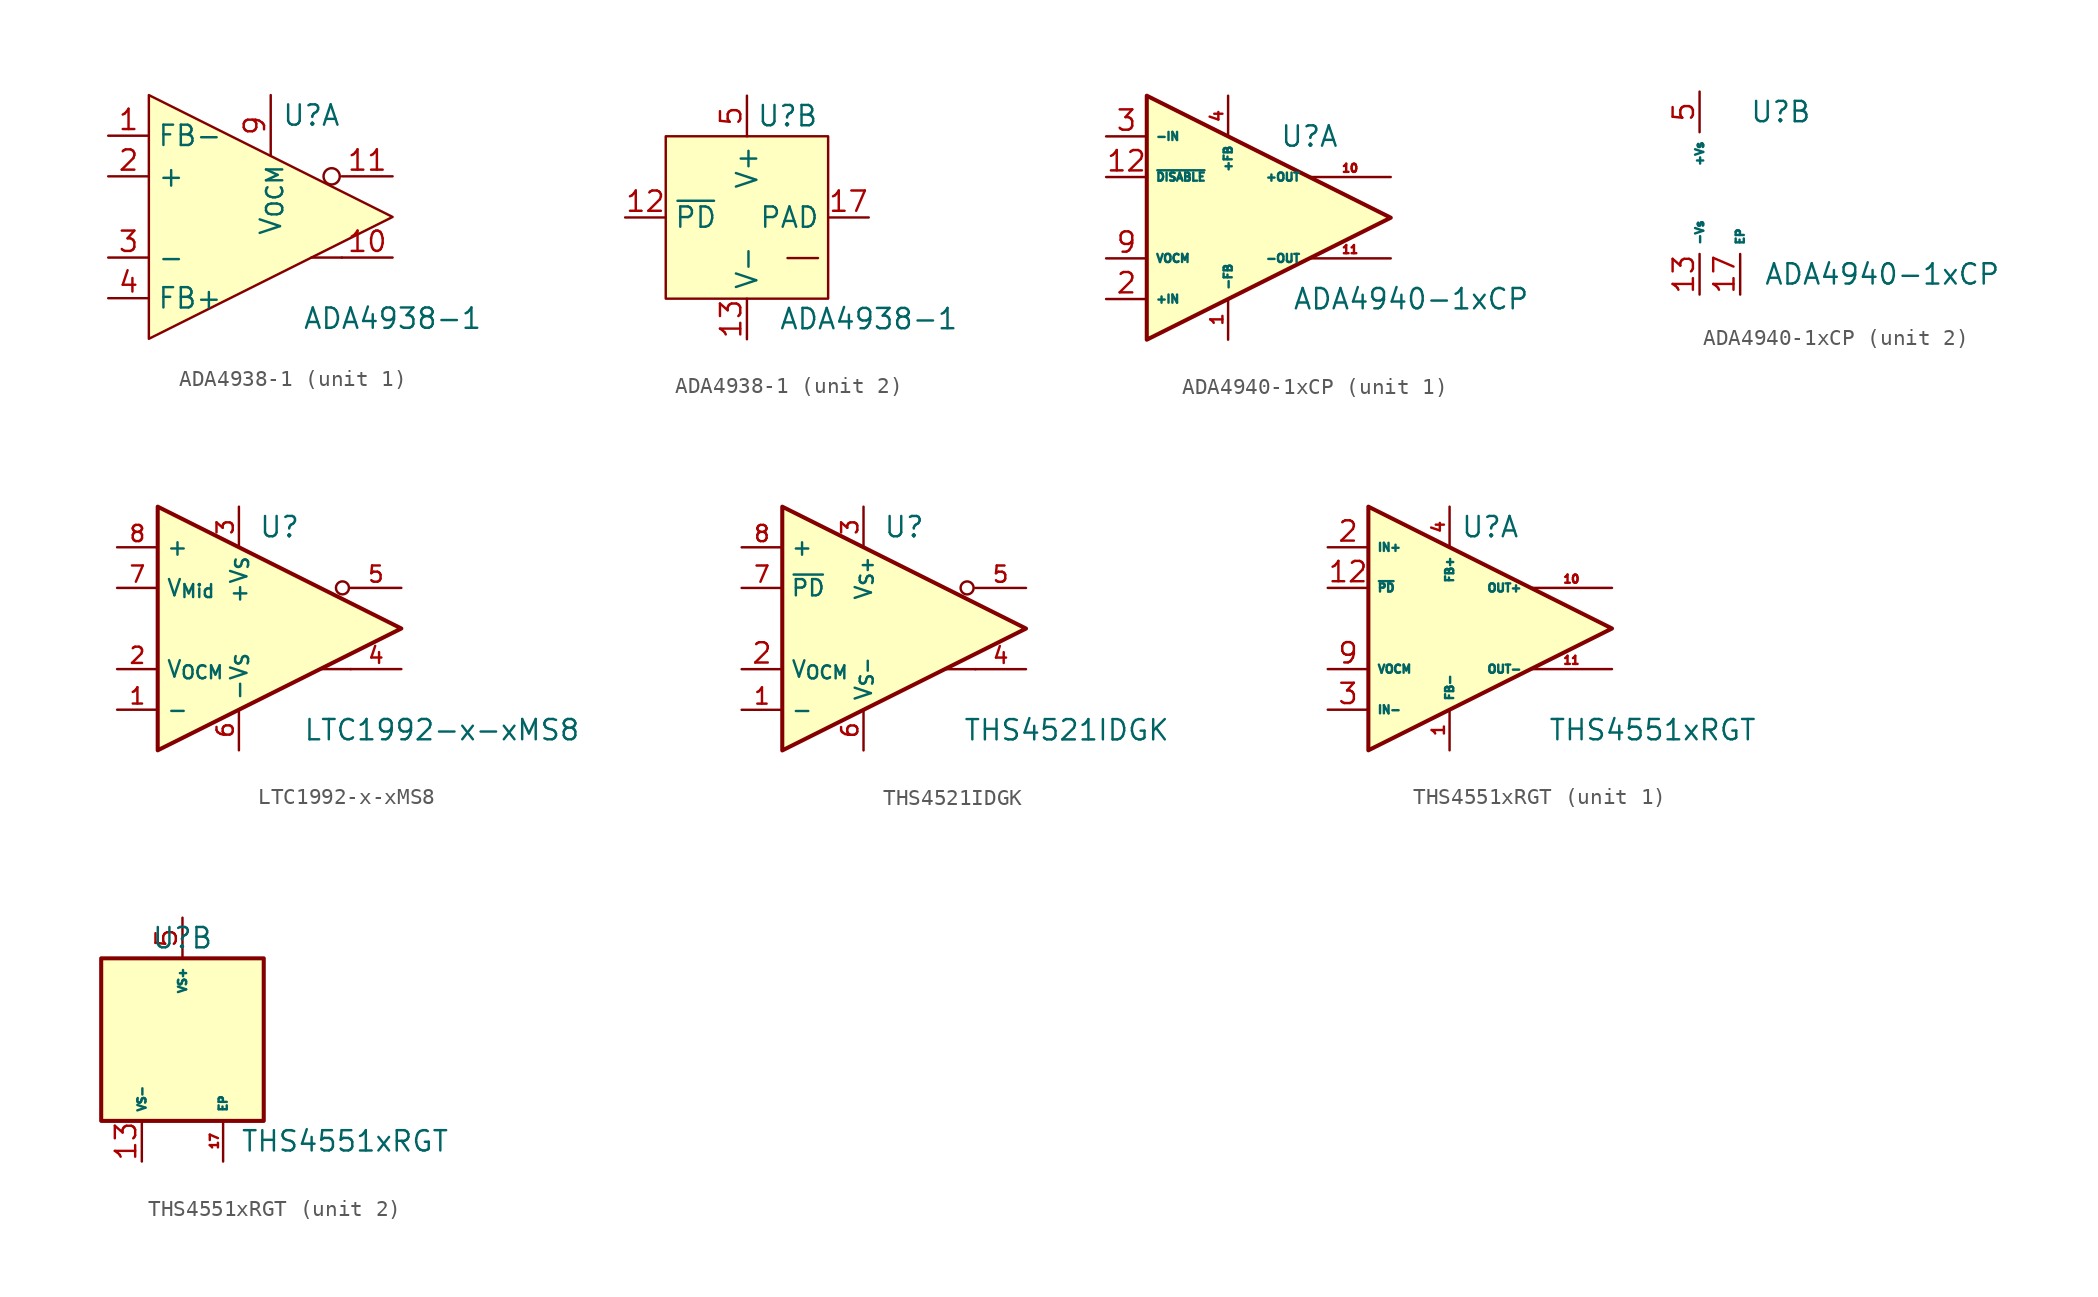
<source format=kicad_sym>
(kicad_symbol_lib
  (version 20241209)
  (generator "kicad_symbol_editor")
  (generator_version "9.0")
  (symbol "ADA4938-1"
    (property "Reference" "U"
      (at 2.54 6.35 0)
      (effects (font (size 1.27 1.27))))
    (property "Value" "ADA4938-1"
      (at 7.62 -6.35 0)
      (effects (font (size 1.27 1.27))))
    (property "ki_locked" ""
      (at 0 0 0)
      (effects (font (size 1.27 1.27))))
    (symbol "ADA4938-1_0_1"
      (polyline (pts (xy 4.445 -2.54) (xy 2.54 -2.54)) (stroke (width 0) (type default)) (fill (type none))))
    (symbol "ADA4938-1_1_1"
      (polyline (pts (xy -7.62 7.62) (xy -7.62 -7.62) (xy 7.62 0) (xy -7.62 7.62)) (stroke (width 0) (type solid)) (fill (type background)))
      (circle (center 3.81 2.54) (radius 0.508) (stroke (width 0) (type default)) (fill (type none)))
      (pin output line (at -10.16 5.08 0) (length 2.54) (name "FB-" (effects (font (size 1.27 1.27)))) (number "1" (effects (font (size 1.27 1.27)))))
      (pin input line (at -10.16 2.54 0) (length 2.54) (name "+" (effects (font (size 1.27 1.27)))) (number "2" (effects (font (size 1.27 1.27)))))
      (pin input line (at -10.16 -2.54 0) (length 2.54) (name "-" (effects (font (size 1.27 1.27)))) (number "3" (effects (font (size 1.27 1.27)))))
      (pin output line (at -10.16 -5.08 0) (length 2.54) (name "FB+" (effects (font (size 1.27 1.27)))) (number "4" (effects (font (size 1.27 1.27)))))
      (pin input line (at 0 7.62 270) (length 3.8) (name "V_{OCM}" (effects (font (size 1.27 1.27)))) (number "9" (effects (font (size 1.27 1.27)))))
      (pin output line (at 7.62 2.54 180) (length 3.175) (name "" (effects (font (size 1.27 1.27)))) (number "11" (effects (font (size 1.27 1.27)))))
      (pin output line (at 7.62 -2.54 180) (length 3.175) (name "" (effects (font (size 1.27 1.27)))) (number "10" (effects (font (size 1.27 1.27))))))
    (symbol "ADA4938-1_2_1"
      (rectangle (start -5.08 5.08) (end 5.08 -5.08) (stroke (width 0) (type solid)) (fill (type background)))
      (pin input line (at -7.62 0 0) (length 2.54) (name "~{PD}" (effects (font (size 1.27 1.27)))) (number "12" (effects (font (size 1.27 1.27)))))
      (pin power_in line (at 0 7.62 270) (length 2.54) (name "V+" (effects (font (size 1.27 1.27)))) (number "5" (effects (font (size 1.27 1.27)))))
      (pin passive line (at 0 7.62 270) (length 2.54) (hide yes) (name "V+" (effects (font (size 1.27 1.27)))) (number "6" (effects (font (size 1.27 1.27)))))
      (pin passive line (at 0 7.62 270) (length 2.54) (hide yes) (name "V+" (effects (font (size 1.27 1.27)))) (number "7" (effects (font (size 1.27 1.27)))))
      (pin passive line (at 0 7.62 270) (length 2.54) (hide yes) (name "V+" (effects (font (size 1.27 1.27)))) (number "8" (effects (font (size 1.27 1.27)))))
      (pin power_in line (at 0 -7.62 90) (length 2.54) (name "V-" (effects (font (size 1.27 1.27)))) (number "13" (effects (font (size 1.27 1.27)))))
      (pin passive line (at 0 -7.62 90) (length 2.54) (hide yes) (name "V-" (effects (font (size 1.27 1.27)))) (number "14" (effects (font (size 1.27 1.27)))))
      (pin passive line (at 0 -7.62 90) (length 2.54) (hide yes) (name "V-" (effects (font (size 1.27 1.27)))) (number "15" (effects (font (size 1.27 1.27)))))
      (pin passive line (at 0 -7.62 90) (length 2.54) (hide yes) (name "V-" (effects (font (size 1.27 1.27)))) (number "16" (effects (font (size 1.27 1.27)))))
      (pin passive line (at 7.62 0 180) (length 2.54) (name "PAD" (effects (font (size 1.27 1.27)))) (number "17" (effects (font (size 1.27 1.27)))))))
  (symbol "ADA4940-1xCP"
    (property "Reference" "U"
      (at 5.08 5.08 0)
      (effects (font (size 1.27 1.27))))
    (property "Value" "ADA4940-1xCP"
      (at 11.43 -5.08 0)
      (effects (font (size 1.27 1.27))))
    (symbol "ADA4940-1xCP_1_1"
      (polyline (pts (xy -5.08 7.62) (xy -5.08 -7.62) (xy 10.16 0) (xy -5.08 7.62)) (stroke (width 0.254) (type default)) (fill (type background)))
      (pin input line (at -7.62 5.08 0) (length 2.54) (name "-IN" (effects (font (size 0.508 0.508)))) (number "3" (effects (font (size 1.27 1.27)))))
      (pin input line (at -7.62 2.54 0) (length 2.54) (name "~{DISABLE}" (effects (font (size 0.508 0.508)))) (number "12" (effects (font (size 1.27 1.27)))))
      (pin input line (at -7.62 -2.54 0) (length 2.54) (name "VOCM" (effects (font (size 0.508 0.508)))) (number "9" (effects (font (size 1.27 1.27)))))
      (pin input line (at -7.62 -5.08 0) (length 2.54) (name "+IN" (effects (font (size 0.508 0.508)))) (number "2" (effects (font (size 1.27 1.27)))))
      (pin input line (at 0 7.62 270) (length 2.54) (name "+FB" (effects (font (size 0.508 0.508)))) (number "4" (effects (font (size 0.762 0.762)))))
      (pin input line (at 0 -7.62 90) (length 2.54) (name "-FB" (effects (font (size 0.508 0.508)))) (number "1" (effects (font (size 0.762 0.762)))))
      (pin output line (at 10.16 2.54 180) (length 5.08) (name "+OUT" (effects (font (size 0.508 0.508)))) (number "10" (effects (font (size 0.508 0.508)))))
      (pin output line (at 10.16 -2.54 180) (length 5.08) (name "-OUT" (effects (font (size 0.508 0.508)))) (number "11" (effects (font (size 0.508 0.508))))))
    (symbol "ADA4940-1xCP_2_1"
      (pin power_in line (at 0 6.35 270) (length 2.54) (name "+Vs" (effects (font (size 0.508 0.508)))) (number "5" (effects (font (size 1.27 1.27)))))
      (pin passive line (at 0 6.35 270) (length 2.54) (hide yes) (name "+Vs" (effects (font (size 0.508 0.508)))) (number "6" (effects (font (size 1.27 1.27)))))
      (pin passive line (at 0 6.35 270) (length 2.54) (hide yes) (name "+Vs" (effects (font (size 0.508 0.508)))) (number "7" (effects (font (size 1.27 1.27)))))
      (pin passive line (at 0 6.35 270) (length 2.54) (hide yes) (name "+Vs" (effects (font (size 0.508 0.508)))) (number "8" (effects (font (size 1.27 1.27)))))
      (pin power_in line (at 0 -6.35 90) (length 2.54) (name "-Vs" (effects (font (size 0.508 0.508)))) (number "13" (effects (font (size 1.27 1.27)))))
      (pin passive line (at 0 -6.35 90) (length 2.54) (hide yes) (name "-Vs" (effects (font (size 0.508 0.508)))) (number "14" (effects (font (size 1.27 1.27)))))
      (pin passive line (at 0 -6.35 90) (length 2.54) (hide yes) (name "-Vs" (effects (font (size 0.508 0.508)))) (number "15" (effects (font (size 1.27 1.27)))))
      (pin passive line (at 0 -6.35 90) (length 2.54) (hide yes) (name "-Vs" (effects (font (size 0.508 0.508)))) (number "16" (effects (font (size 1.27 1.27)))))
      (pin passive line (at 2.54 -6.35 90) (length 2.54) (name "EP" (effects (font (size 0.508 0.508)))) (number "17" (effects (font (size 1.27 1.27)))))))
  (symbol "LTC1992-x-xMS8"
    (property "Reference" "U"
      (at 0 6.35 0)
      (effects (font (size 1.27 1.27))))
    (property "Value" "LTC1992-x-xMS8"
      (at 10.16 -6.35 0)
      (effects (font (size 1.27 1.27))))
    (symbol "LTC1992-x-xMS8_0_1"
      (polyline (pts (xy 4.47 -2.54) (xy 2.54 -2.54)) (stroke (width 0) (type default)) (fill (type none))))
    (symbol "LTC1992-x-xMS8_1_1"
      (polyline (pts (xy -7.62 7.62) (xy -7.62 -7.62) (xy 7.62 0) (xy -7.62 7.62)) (stroke (width 0.254) (type default)) (fill (type background)))
      (circle (center 3.937 2.54) (radius 0.406) (stroke (width 0) (type default)) (fill (type none)))
      (pin input line (at -10.16 5.08 0) (length 2.54) (name "+" (effects (font (size 1.016 1.016)))) (number "8" (effects (font (size 1.016 1.016)))))
      (pin input line (at -10.16 2.54 0) (length 2.54) (name "V_{Mid}" (effects (font (size 1.016 1.016)))) (number "7" (effects (font (size 1.016 1.016)))))
      (pin input line (at -10.16 -2.54 0) (length 2.54) (name "V_{OCM}" (effects (font (size 1.016 1.016)))) (number "2" (effects (font (size 1.016 1.016)))))
      (pin input line (at -10.16 -5.08 0) (length 2.54) (name "-" (effects (font (size 1.016 1.016)))) (number "1" (effects (font (size 1.016 1.016)))))
      (pin power_in line (at -2.54 7.62 270) (length 2.54) (name "+V_{S}" (effects (font (size 1.016 1.016)))) (number "3" (effects (font (size 1.016 1.016)))))
      (pin power_in line (at -2.54 -7.62 90) (length 2.54) (name "-V_{S}" (effects (font (size 1.016 1.016)))) (number "6" (effects (font (size 1.016 1.016)))))
      (pin output line (at 7.62 2.54 180) (length 3.175) (name "" (effects (font (size 1.016 1.016)))) (number "5" (effects (font (size 1.016 1.016)))))
      (pin output line (at 7.62 -2.54 180) (length 3.175) (name "" (effects (font (size 1.016 1.016)))) (number "4" (effects (font (size 1.016 1.016)))))))
  (symbol "THS4521IDGK"
    (property "Reference" "U"
      (at 0 6.35 0)
      (effects (font (size 1.27 1.27))))
    (property "Value" "THS4521IDGK"
      (at 10.16 -6.35 0)
      (effects (font (size 1.27 1.27))))
    (symbol "THS4521IDGK_0_1"
      (polyline (pts (xy 4.47 -2.54) (xy 2.54 -2.54)) (stroke (width 0) (type default)) (fill (type none))))
    (symbol "THS4521IDGK_1_1"
      (polyline (pts (xy -7.62 7.62) (xy -7.62 -7.62) (xy 7.62 0) (xy -7.62 7.62)) (stroke (width 0.254) (type default)) (fill (type background)))
      (circle (center 3.937 2.54) (radius 0.406) (stroke (width 0) (type default)) (fill (type none)))
      (pin input line (at -10.16 5.08 0) (length 2.54) (name "+" (effects (font (size 1.016 1.016)))) (number "8" (effects (font (size 1.016 1.016)))))
      (pin input line (at -10.16 2.54 0) (length 2.54) (name "~{PD}" (effects (font (size 1.016 1.016)))) (number "7" (effects (font (size 1.016 1.016)))))
      (pin input line (at -10.16 -2.54 0) (length 2.54) (name "V_{OCM}" (effects (font (size 1.016 1.016)))) (number "2" (effects (font (size 1.27 1.27)))))
      (pin input line (at -10.16 -5.08 0) (length 2.54) (name "-" (effects (font (size 1.016 1.016)))) (number "1" (effects (font (size 1.016 1.016)))))
      (pin power_in line (at -2.54 7.62 270) (length 2.54) (name "V_{S+}" (effects (font (size 1.016 1.016)))) (number "3" (effects (font (size 1.016 1.016)))))
      (pin power_in line (at -2.54 -7.62 90) (length 2.54) (name "V_{S-}" (effects (font (size 1.016 1.016)))) (number "6" (effects (font (size 1.016 1.016)))))
      (pin output line (at 7.62 2.54 180) (length 3.175) (name "" (effects (font (size 1.016 1.016)))) (number "5" (effects (font (size 1.016 1.016)))))
      (pin output line (at 7.62 -2.54 180) (length 3.175) (name "" (effects (font (size 1.016 1.016)))) (number "4" (effects (font (size 1.016 1.016)))))))
  (symbol "THS4551xRGT"
    (property "Reference" "U"
      (at 0 6.35 0)
      (effects (font (size 1.27 1.27))))
    (property "Value" "THS4551xRGT"
      (at 10.16 -6.35 0)
      (effects (font (size 1.27 1.27))))
    (property "ki_locked" ""
      (at 0 0 0)
      (effects (font (size 1.27 1.27))))
    (symbol "THS4551xRGT_1_1"
      (polyline (pts (xy -7.62 7.62) (xy -7.62 -7.62) (xy 7.62 0) (xy -7.62 7.62)) (stroke (width 0.254) (type default)) (fill (type background)))
      (pin input line (at -10.16 5.08 0) (length 2.54) (name "IN+" (effects (font (size 0.508 0.508)))) (number "2" (effects (font (size 1.27 1.27)))))
      (pin input line (at -10.16 2.54 0) (length 2.54) (name "~{PD}" (effects (font (size 0.508 0.508)))) (number "12" (effects (font (size 1.27 1.27)))))
      (pin input line (at -10.16 -2.54 0) (length 2.54) (name "VOCM" (effects (font (size 0.508 0.508)))) (number "9" (effects (font (size 1.27 1.27)))))
      (pin input line (at -10.16 -5.08 0) (length 2.54) (name "IN-" (effects (font (size 0.508 0.508)))) (number "3" (effects (font (size 1.27 1.27)))))
      (pin output line (at -2.54 7.62 270) (length 2.54) (name "FB+" (effects (font (size 0.508 0.508)))) (number "4" (effects (font (size 0.762 0.762)))))
      (pin output line (at -2.54 -7.62 90) (length 2.54) (name "FB-" (effects (font (size 0.508 0.508)))) (number "1" (effects (font (size 0.762 0.762)))))
      (pin output line (at 7.62 2.54 180) (length 5.08) (name "OUT+" (effects (font (size 0.508 0.508)))) (number "10" (effects (font (size 0.508 0.508)))))
      (pin output line (at 7.62 -2.54 180) (length 5.08) (name "OUT-" (effects (font (size 0.508 0.508)))) (number "11" (effects (font (size 0.508 0.508))))))
    (symbol "THS4551xRGT_2_1"
      (rectangle (start -5.08 5.08) (end 5.08 -5.08) (stroke (width 0.254) (type default)) (fill (type background)))
      (pin power_in line (at -2.54 -7.62 90) (length 2.54) (name "VS-" (effects (font (size 0.508 0.508)))) (number "13" (effects (font (size 1.27 1.27)))))
      (pin passive line (at -2.54 -7.62 90) (length 2.54) (hide yes) (name "VS-" (effects (font (size 0.508 0.508)))) (number "14" (effects (font (size 1.27 1.27)))))
      (pin passive line (at -2.54 -7.62 90) (length 2.54) (hide yes) (name "VS-" (effects (font (size 0.508 0.508)))) (number "15" (effects (font (size 1.27 1.27)))))
      (pin passive line (at -2.54 -7.62 90) (length 2.54) (hide yes) (name "VS-" (effects (font (size 0.508 0.508)))) (number "16" (effects (font (size 1.27 1.27)))))
      (pin power_in line (at 0 7.62 270) (length 2.54) (name "VS+" (effects (font (size 0.508 0.508)))) (number "5" (effects (font (size 1.27 1.27)))))
      (pin passive line (at 0 7.62 270) (length 2.54) (hide yes) (name "VS+" (effects (font (size 0.508 0.508)))) (number "6" (effects (font (size 1.27 1.27)))))
      (pin passive line (at 0 7.62 270) (length 2.54) (hide yes) (name "VS+" (effects (font (size 0.508 0.508)))) (number "7" (effects (font (size 1.27 1.27)))))
      (pin passive line (at 0 7.62 270) (length 2.54) (hide yes) (name "VS+" (effects (font (size 0.508 0.508)))) (number "8" (effects (font (size 1.27 1.27)))))
      (pin passive line (at 2.54 -7.62 90) (length 2.54) (name "EP" (effects (font (size 0.508 0.508)))) (number "17" (effects (font (size 0.508 0.508))))))))
</source>
